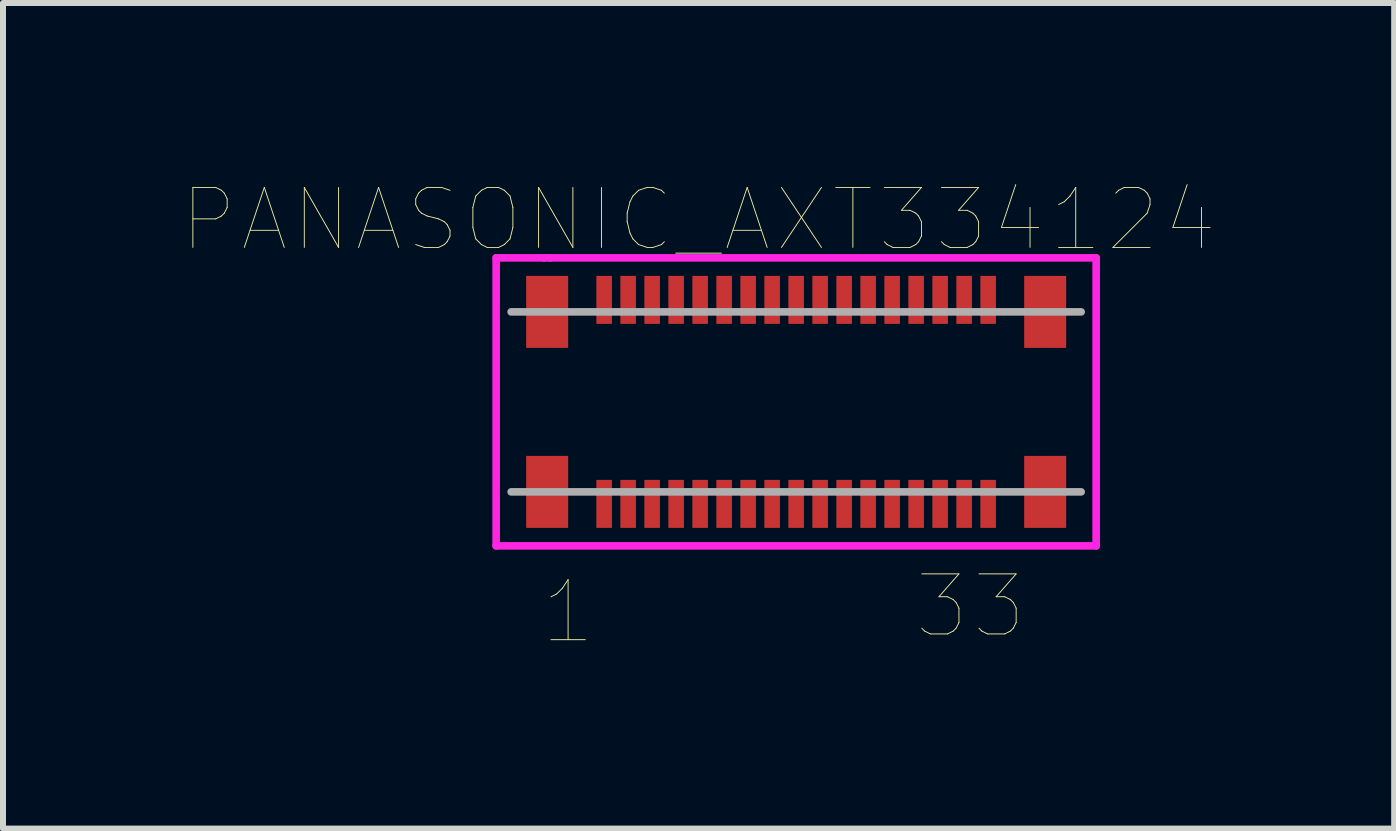
<source format=kicad_pcb>
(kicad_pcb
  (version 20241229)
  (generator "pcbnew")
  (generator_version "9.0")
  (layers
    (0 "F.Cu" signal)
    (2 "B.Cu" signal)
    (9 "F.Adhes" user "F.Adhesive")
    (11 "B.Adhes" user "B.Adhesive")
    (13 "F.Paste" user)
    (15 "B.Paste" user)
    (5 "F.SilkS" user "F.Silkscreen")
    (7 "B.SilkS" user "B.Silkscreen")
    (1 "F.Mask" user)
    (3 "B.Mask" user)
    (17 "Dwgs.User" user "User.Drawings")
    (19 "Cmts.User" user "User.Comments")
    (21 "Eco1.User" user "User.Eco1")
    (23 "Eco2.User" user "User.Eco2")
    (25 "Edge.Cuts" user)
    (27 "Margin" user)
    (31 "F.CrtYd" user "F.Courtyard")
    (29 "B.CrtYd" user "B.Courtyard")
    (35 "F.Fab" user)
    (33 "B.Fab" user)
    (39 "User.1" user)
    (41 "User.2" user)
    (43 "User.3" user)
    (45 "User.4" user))
  (footprint "PANASONIC_AXT334124"
    (layer "F.Cu")
    (at 10.219 3.648)
    (property "Reference" "PANASONIC_AXT334124" (at -1.626 -3.036 0) (layer "F.SilkS") (effects (font (size 1 1) (thickness 0.015))))
    (attr through_hole)
    (fp_line (start -5 -2.4) (end -4.2 -2.4) (stroke (width 0.127) (type solid)) (layer "F.CrtYd"))
    (fp_line (start -5 2.4) (end -5 -2.4) (stroke (width 0.127) (type solid)) (layer "F.CrtYd"))
    (fp_line (start -4.2 -2.4) (end -4.1 -2.4) (stroke (width 0.127) (type solid)) (layer "F.CrtYd"))
    (fp_line (start -4.1 -2.4) (end 5 -2.4) (stroke (width 0.127) (type solid)) (layer "F.CrtYd"))
    (fp_line (start 5 -2.4) (end 5 2.4) (stroke (width 0.127) (type solid)) (layer "F.CrtYd"))
    (fp_line (start 5 2.4) (end -5 2.4) (stroke (width 0.127) (type solid)) (layer "F.CrtYd"))
    (fp_line (start -4.75 -1.5) (end 4.75 -1.5) (stroke (width 0.127) (type solid)) (layer "F.Fab"))
    (fp_line (start 4.75 1.5) (end -4.75 1.5) (stroke (width 0.127) (type solid)) (layer "F.Fab"))
    (fp_text user "33" (at 2.904 3.405 0) (layer "F.SilkS") (effects (font (size 1.001 1.001) (thickness 0.015))))
    (fp_text user "1" (at -3.801 3.501 0) (layer "F.SilkS") (effects (font (size 1 1) (thickness 0.015))))
    (pad "1" smd rect (at -3.2 1.7) (size 0.26 0.8) (layers "F.Cu" "F.Mask" "F.Paste"))
    (pad "2" smd rect (at -3.2 -1.7) (size 0.26 0.8) (layers "F.Cu" "F.Mask" "F.Paste"))
    (pad "3" smd rect (at -2.8 1.7) (size 0.26 0.8) (layers "F.Cu" "F.Mask" "F.Paste"))
    (pad "4" smd rect (at -2.8 -1.7) (size 0.26 0.8) (layers "F.Cu" "F.Mask" "F.Paste"))
    (pad "5" smd rect (at -2.4 1.7) (size 0.26 0.8) (layers "F.Cu" "F.Mask" "F.Paste"))
    (pad "6" smd rect (at -2.4 -1.7) (size 0.26 0.8) (layers "F.Cu" "F.Mask" "F.Paste"))
    (pad "7" smd rect (at -2 1.7) (size 0.26 0.8) (layers "F.Cu" "F.Mask" "F.Paste"))
    (pad "8" smd rect (at -2 -1.7) (size 0.26 0.8) (layers "F.Cu" "F.Mask" "F.Paste"))
    (pad "9" smd rect (at -1.6 1.7) (size 0.26 0.8) (layers "F.Cu" "F.Mask" "F.Paste"))
    (pad "10" smd rect (at -1.6 -1.7) (size 0.26 0.8) (layers "F.Cu" "F.Mask" "F.Paste"))
    (pad "11" smd rect (at -1.2 1.7) (size 0.26 0.8) (layers "F.Cu" "F.Mask" "F.Paste"))
    (pad "12" smd rect (at -1.2 -1.7) (size 0.26 0.8) (layers "F.Cu" "F.Mask" "F.Paste"))
    (pad "13" smd rect (at -0.8 1.7) (size 0.26 0.8) (layers "F.Cu" "F.Mask" "F.Paste"))
    (pad "14" smd rect (at -0.8 -1.7) (size 0.26 0.8) (layers "F.Cu" "F.Mask" "F.Paste"))
    (pad "15" smd rect (at -0.4 1.7) (size 0.26 0.8) (layers "F.Cu" "F.Mask" "F.Paste"))
    (pad "16" smd rect (at -0.4 -1.7) (size 0.26 0.8) (layers "F.Cu" "F.Mask" "F.Paste"))
    (pad "17" smd rect (at 0 1.7) (size 0.26 0.8) (layers "F.Cu" "F.Mask" "F.Paste"))
    (pad "18" smd rect (at 0 -1.7) (size 0.26 0.8) (layers "F.Cu" "F.Mask" "F.Paste"))
    (pad "19" smd rect (at 0.4 1.7) (size 0.26 0.8) (layers "F.Cu" "F.Mask" "F.Paste"))
    (pad "20" smd rect (at 0.4 -1.7) (size 0.26 0.8) (layers "F.Cu" "F.Mask" "F.Paste"))
    (pad "21" smd rect (at 0.8 1.7) (size 0.26 0.8) (layers "F.Cu" "F.Mask" "F.Paste"))
    (pad "22" smd rect (at 0.8 -1.7) (size 0.26 0.8) (layers "F.Cu" "F.Mask" "F.Paste"))
    (pad "23" smd rect (at 1.2 1.7) (size 0.26 0.8) (layers "F.Cu" "F.Mask" "F.Paste"))
    (pad "24" smd rect (at 1.2 -1.7) (size 0.26 0.8) (layers "F.Cu" "F.Mask" "F.Paste"))
    (pad "25" smd rect (at 1.6 1.7) (size 0.26 0.8) (layers "F.Cu" "F.Mask" "F.Paste"))
    (pad "26" smd rect (at 1.6 -1.7) (size 0.26 0.8) (layers "F.Cu" "F.Mask" "F.Paste"))
    (pad "27" smd rect (at 2 1.7) (size 0.26 0.8) (layers "F.Cu" "F.Mask" "F.Paste"))
    (pad "28" smd rect (at 2 -1.7) (size 0.26 0.8) (layers "F.Cu" "F.Mask" "F.Paste"))
    (pad "29" smd rect (at 2.4 1.7) (size 0.26 0.8) (layers "F.Cu" "F.Mask" "F.Paste"))
    (pad "30" smd rect (at 2.4 -1.7) (size 0.26 0.8) (layers "F.Cu" "F.Mask" "F.Paste"))
    (pad "31" smd rect (at 2.8 1.7) (size 0.26 0.8) (layers "F.Cu" "F.Mask" "F.Paste"))
    (pad "32" smd rect (at 2.8 -1.7) (size 0.26 0.8) (layers "F.Cu" "F.Mask" "F.Paste"))
    (pad "33" smd rect (at 3.2 1.7) (size 0.26 0.8) (layers "F.Cu" "F.Mask" "F.Paste"))
    (pad "34" smd rect (at 3.2 -1.7) (size 0.26 0.8) (layers "F.Cu" "F.Mask" "F.Paste"))
    (pad "35" smd rect (at -4.15 1.5) (size 0.7 1.2) (layers "F.Cu" "F.Mask" "F.Paste"))
    (pad "36" smd rect (at -4.15 -1.5) (size 0.7 1.2) (layers "F.Cu" "F.Mask" "F.Paste"))
    (pad "37" smd rect (at 4.15 1.5) (size 0.7 1.2) (layers "F.Cu" "F.Mask" "F.Paste"))
    (pad "38" smd rect (at 4.15 -1.5) (size 0.7 1.2) (layers "F.Cu" "F.Mask" "F.Paste")))
  (gr_rect
    (start -3 -3)
    (end 20.186 10.76)
    (stroke (width 0.1) (type default))
    (fill no)
    (layer "Edge.Cuts")))
</source>
